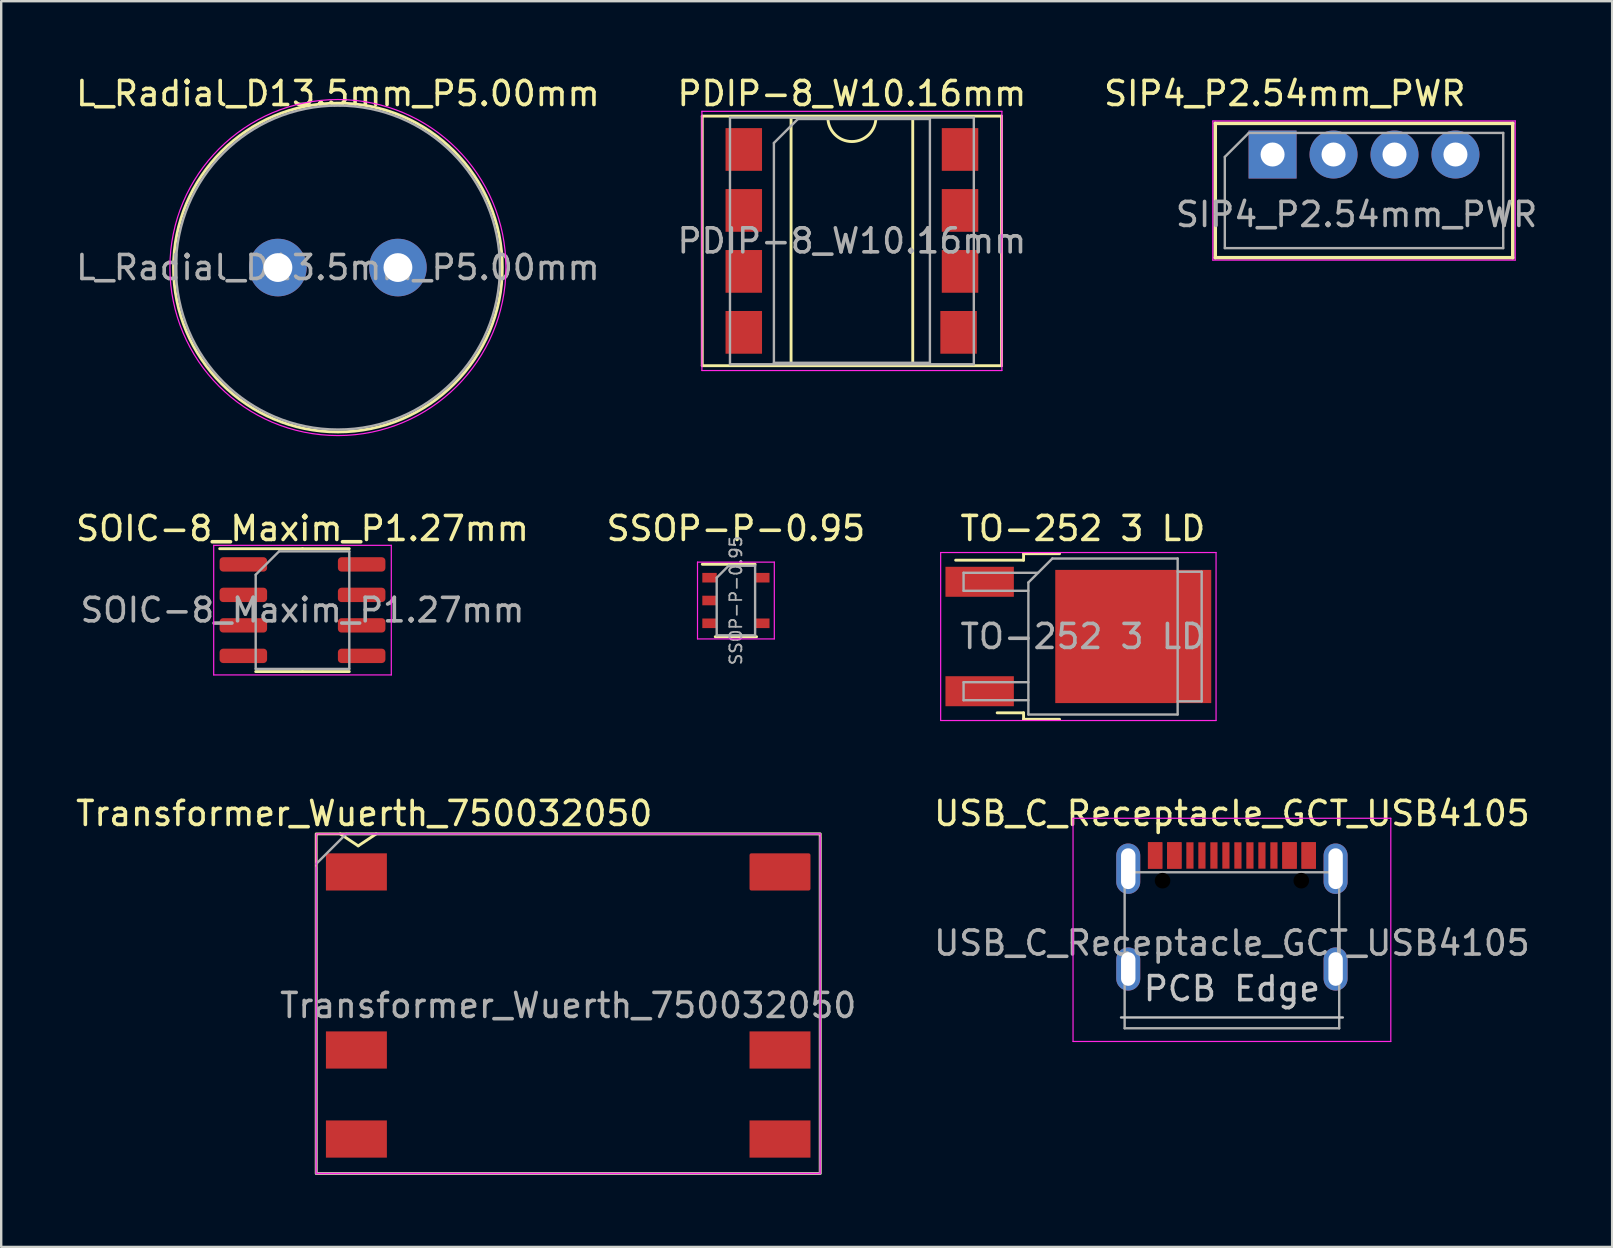
<source format=kicad_pcb>
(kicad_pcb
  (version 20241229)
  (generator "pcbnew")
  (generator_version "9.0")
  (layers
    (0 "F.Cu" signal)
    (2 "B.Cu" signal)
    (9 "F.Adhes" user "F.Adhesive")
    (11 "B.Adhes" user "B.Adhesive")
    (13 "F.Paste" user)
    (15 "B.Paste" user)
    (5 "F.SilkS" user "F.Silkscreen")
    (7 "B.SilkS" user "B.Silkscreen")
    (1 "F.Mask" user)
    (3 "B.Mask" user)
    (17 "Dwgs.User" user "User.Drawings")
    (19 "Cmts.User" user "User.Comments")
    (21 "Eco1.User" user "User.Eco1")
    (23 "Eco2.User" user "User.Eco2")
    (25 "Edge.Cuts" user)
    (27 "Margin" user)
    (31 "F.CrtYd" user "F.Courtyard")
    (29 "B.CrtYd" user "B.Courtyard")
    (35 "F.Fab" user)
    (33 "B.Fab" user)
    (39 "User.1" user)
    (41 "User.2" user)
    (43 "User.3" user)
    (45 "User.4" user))
  (footprint "TO-252 3 LD"
    (layer "F.Cu")
    (at 42.069 23.471)
    (property "Reference" "TO-252 3 LD" (at 0 -4.5 0) (layer "F.SilkS") (effects (font (size 1 1) (thickness 0.15))))
    (attr smd)
    (fp_line (start -2.47 -3.45) (end -2.47 -3.18) (stroke (width 0.12) (type solid)) (layer "F.SilkS"))
    (fp_line (start -2.47 -3.18) (end -5.3 -3.18) (stroke (width 0.12) (type solid)) (layer "F.SilkS"))
    (fp_line (start -2.47 3.18) (end -3.57 3.18) (stroke (width 0.12) (type solid)) (layer "F.SilkS"))
    (fp_line (start -2.47 3.45) (end -2.47 3.18) (stroke (width 0.12) (type solid)) (layer "F.SilkS"))
    (fp_line (start -0.97 -3.45) (end -2.47 -3.45) (stroke (width 0.12) (type solid)) (layer "F.SilkS"))
    (fp_line (start -0.97 3.45) (end -2.47 3.45) (stroke (width 0.12) (type solid)) (layer "F.SilkS"))
    (fp_line (start -5.925 -3.5) (end -5.925 3.5) (stroke (width 0.05) (type solid)) (layer "F.CrtYd"))
    (fp_line (start -5.925 3.5) (end 5.55 3.5) (stroke (width 0.05) (type solid)) (layer "F.CrtYd"))
    (fp_line (start 5.55 -3.5) (end -5.925 -3.5) (stroke (width 0.05) (type solid)) (layer "F.CrtYd"))
    (fp_line (start 5.55 3.5) (end 5.55 -3.5) (stroke (width 0.05) (type solid)) (layer "F.CrtYd"))
    (fp_line (start -4.97 -2.655) (end -4.97 -1.905) (stroke (width 0.1) (type solid)) (layer "F.Fab"))
    (fp_line (start -4.97 -1.905) (end -2.27 -1.905) (stroke (width 0.1) (type solid)) (layer "F.Fab"))
    (fp_line (start -4.97 1.905) (end -4.97 2.655) (stroke (width 0.1) (type solid)) (layer "F.Fab"))
    (fp_line (start -4.97 2.655) (end -2.27 2.655) (stroke (width 0.1) (type solid)) (layer "F.Fab"))
    (fp_line (start -2.27 -2.25) (end -1.27 -3.25) (stroke (width 0.1) (type solid)) (layer "F.Fab"))
    (fp_line (start -2.27 1.905) (end -4.97 1.905) (stroke (width 0.1) (type solid)) (layer "F.Fab"))
    (fp_line (start -2.27 3.25) (end -2.27 -2.25) (stroke (width 0.1) (type solid)) (layer "F.Fab"))
    (fp_line (start -1.865 -2.655) (end -4.97 -2.655) (stroke (width 0.1) (type solid)) (layer "F.Fab"))
    (fp_line (start -1.27 -3.25) (end 3.95 -3.25) (stroke (width 0.1) (type solid)) (layer "F.Fab"))
    (fp_line (start 3.95 -3.25) (end 3.95 3.25) (stroke (width 0.1) (type solid)) (layer "F.Fab"))
    (fp_line (start 3.95 -2.7) (end 4.95 -2.7) (stroke (width 0.1) (type solid)) (layer "F.Fab"))
    (fp_line (start 3.95 3.25) (end -2.27 3.25) (stroke (width 0.1) (type solid)) (layer "F.Fab"))
    (fp_line (start 4.95 -2.7) (end 4.95 2.7) (stroke (width 0.1) (type solid)) (layer "F.Fab"))
    (fp_line (start 4.95 2.7) (end 3.95 2.7) (stroke (width 0.1) (type solid)) (layer "F.Fab"))
    (fp_text user "${REFERENCE}" (at 0 0 0) (layer "F.Fab") (effects (font (size 1 1) (thickness 0.15))))
    (pad "" smd rect (at 0.4 -1.462) (size 3.1 2.625) (layers "F.Paste"))
    (pad "" smd rect (at 0.4 1.462) (size 3.1 2.625) (layers "F.Paste"))
    (pad "" smd rect (at 3.8 -1.462) (size 3.1 2.625) (layers "F.Paste"))
    (pad "" smd rect (at 3.8 1.462) (size 3.1 2.625) (layers "F.Paste"))
    (pad "1" smd rect (at -4.3 -2.28) (size 2.85 1.25) (layers "F.Cu" "F.Mask" "F.Paste"))
    (pad "2" smd rect (at 2.1 0) (size 6.5 5.55) (layers "F.Cu" "F.Mask"))
    (pad "3" smd rect (at -4.3 2.28) (size 2.85 1.25) (layers "F.Cu" "F.Mask" "F.Paste")))
  (footprint "SOIC-8_Maxim_P1.27mm"
    (layer "F.Cu")
    (at 9.554 22.372)
    (property "Reference" "SOIC-8_Maxim_P1.27mm" (at 0 -3.4 0) (layer "F.SilkS") (effects (font (size 1 1) (thickness 0.15))))
    (attr smd)
    (fp_line (start 0 -2.56) (end -3.45 -2.56) (stroke (width 0.12) (type solid)) (layer "F.SilkS"))
    (fp_line (start 0 -2.56) (end 1.95 -2.56) (stroke (width 0.12) (type solid)) (layer "F.SilkS"))
    (fp_line (start 0 2.56) (end -1.95 2.56) (stroke (width 0.12) (type solid)) (layer "F.SilkS"))
    (fp_line (start 0 2.56) (end 1.95 2.56) (stroke (width 0.12) (type solid)) (layer "F.SilkS"))
    (fp_line (start -3.7 -2.7) (end -3.7 2.7) (stroke (width 0.05) (type solid)) (layer "F.CrtYd"))
    (fp_line (start -3.7 2.7) (end 3.7 2.7) (stroke (width 0.05) (type solid)) (layer "F.CrtYd"))
    (fp_line (start 3.7 -2.7) (end -3.7 -2.7) (stroke (width 0.05) (type solid)) (layer "F.CrtYd"))
    (fp_line (start 3.7 2.7) (end 3.7 -2.7) (stroke (width 0.05) (type solid)) (layer "F.CrtYd"))
    (fp_line (start -1.95 -1.475) (end -0.975 -2.45) (stroke (width 0.1) (type solid)) (layer "F.Fab"))
    (fp_line (start -1.95 2.45) (end -1.95 -1.475) (stroke (width 0.1) (type solid)) (layer "F.Fab"))
    (fp_line (start -0.975 -2.45) (end 1.95 -2.45) (stroke (width 0.1) (type solid)) (layer "F.Fab"))
    (fp_line (start 1.95 -2.45) (end 1.95 2.45) (stroke (width 0.1) (type solid)) (layer "F.Fab"))
    (fp_line (start 1.95 2.45) (end -1.95 2.45) (stroke (width 0.1) (type solid)) (layer "F.Fab"))
    (fp_text user "${REFERENCE}" (at 0 0 0) (layer "F.Fab") (effects (font (size 0.98 0.98) (thickness 0.15))))
    (pad "1" smd roundrect (at -2.465 -1.905) (size 1.98 0.6) (layers "F.Cu" "F.Mask" "F.Paste") (roundrect_rratio 0.25))
    (pad "2" smd roundrect (at -2.465 -0.635) (size 1.98 0.6) (layers "F.Cu" "F.Mask" "F.Paste") (roundrect_rratio 0.25))
    (pad "3" smd roundrect (at -2.465 0.635) (size 1.98 0.6) (layers "F.Cu" "F.Mask" "F.Paste") (roundrect_rratio 0.25))
    (pad "4" smd roundrect (at -2.465 1.905) (size 1.98 0.6) (layers "F.Cu" "F.Mask" "F.Paste") (roundrect_rratio 0.25))
    (pad "5" smd roundrect (at 2.465 1.905) (size 1.98 0.6) (layers "F.Cu" "F.Mask" "F.Paste") (roundrect_rratio 0.25))
    (pad "6" smd roundrect (at 2.465 0.635) (size 1.98 0.6) (layers "F.Cu" "F.Mask" "F.Paste") (roundrect_rratio 0.25))
    (pad "7" smd roundrect (at 2.465 -0.635) (size 1.98 0.6) (layers "F.Cu" "F.Mask" "F.Paste") (roundrect_rratio 0.25))
    (pad "8" smd roundrect (at 2.465 -1.905) (size 1.98 0.6) (layers "F.Cu" "F.Mask" "F.Paste") (roundrect_rratio 0.25)))
  (footprint "PDIP-8_W10.16mm"
    (layer "F.Cu")
    (at 32.446 6.988)
    (property "Reference" "PDIP-8_W10.16mm" (at 0 -6.14 0) (layer "F.SilkS") (effects (font (size 1 1) (thickness 0.15))))
    (attr smd)
    (fp_line (start -6.235 -5.2) (end -6.235 5.2) (stroke (width 0.12) (type solid)) (layer "F.SilkS"))
    (fp_line (start -6.235 5.2) (end 6.235 5.2) (stroke (width 0.12) (type solid)) (layer "F.SilkS"))
    (fp_line (start -2.535 -5.14) (end -2.535 5.14) (stroke (width 0.12) (type solid)) (layer "F.SilkS"))
    (fp_line (start -2.535 5.14) (end 2.535 5.14) (stroke (width 0.12) (type solid)) (layer "F.SilkS"))
    (fp_line (start -1 -5.14) (end -2.535 -5.14) (stroke (width 0.12) (type solid)) (layer "F.SilkS"))
    (fp_line (start 2.535 -5.14) (end 1 -5.14) (stroke (width 0.12) (type solid)) (layer "F.SilkS"))
    (fp_line (start 2.535 5.14) (end 2.535 -5.14) (stroke (width 0.12) (type solid)) (layer "F.SilkS"))
    (fp_line (start 6.235 -5.2) (end -6.235 -5.2) (stroke (width 0.12) (type solid)) (layer "F.SilkS"))
    (fp_line (start 6.235 5.2) (end 6.235 -5.2) (stroke (width 0.12) (type solid)) (layer "F.SilkS"))
    (fp_arc (start 1 -5.14) (mid 0 -4.14) (end -1 -5.14) (stroke (width 0.12) (type solid)) (layer "F.SilkS"))
    (fp_line (start -6.25 -5.4) (end -6.25 5.4) (stroke (width 0.05) (type solid)) (layer "F.CrtYd"))
    (fp_line (start -6.25 5.4) (end 6.25 5.4) (stroke (width 0.05) (type solid)) (layer "F.CrtYd"))
    (fp_line (start 6.25 -5.4) (end -6.25 -5.4) (stroke (width 0.05) (type solid)) (layer "F.CrtYd"))
    (fp_line (start 6.25 5.4) (end 6.25 -5.4) (stroke (width 0.05) (type solid)) (layer "F.CrtYd"))
    (fp_line (start -5.08 -5.14) (end -5.08 5.14) (stroke (width 0.1) (type solid)) (layer "F.Fab"))
    (fp_line (start -5.08 5.14) (end 5.08 5.14) (stroke (width 0.1) (type solid)) (layer "F.Fab"))
    (fp_line (start -3.25 -4.08) (end -2.25 -5.08) (stroke (width 0.1) (type solid)) (layer "F.Fab"))
    (fp_line (start -3.25 5.08) (end -3.25 -4.08) (stroke (width 0.1) (type solid)) (layer "F.Fab"))
    (fp_line (start -2.25 -5.08) (end 3.25 -5.08) (stroke (width 0.1) (type solid)) (layer "F.Fab"))
    (fp_line (start 3.25 -5.08) (end 3.25 5.08) (stroke (width 0.1) (type solid)) (layer "F.Fab"))
    (fp_line (start 3.25 5.08) (end -3.25 5.08) (stroke (width 0.1) (type solid)) (layer "F.Fab"))
    (fp_line (start 5.08 -5.14) (end -5.08 -5.14) (stroke (width 0.1) (type solid)) (layer "F.Fab"))
    (fp_line (start 5.08 5.14) (end 5.08 -5.14) (stroke (width 0.1) (type solid)) (layer "F.Fab"))
    (fp_text user "${REFERENCE}" (at 0 0 0) (layer "F.Fab") (effects (font (size 1 1) (thickness 0.15))))
    (pad "1" smd rect (at -4.505 -3.81) (size 1.52 1.78) (layers "F.Cu" "F.Mask" "F.Paste"))
    (pad "2" smd rect (at -4.505 -1.27) (size 1.52 1.78) (layers "F.Cu" "F.Mask" "F.Paste"))
    (pad "3" smd rect (at -4.505 1.27) (size 1.52 1.78) (layers "F.Cu" "F.Mask" "F.Paste"))
    (pad "4" smd rect (at -4.505 3.81) (size 1.52 1.78) (layers "F.Cu" "F.Mask" "F.Paste"))
    (pad "5" smd rect (at 4.445 3.81) (size 1.52 1.78) (layers "F.Cu" "F.Mask" "F.Paste"))
    (pad "6" smd rect (at 4.505 1.27) (size 1.52 1.78) (layers "F.Cu" "F.Mask" "F.Paste"))
    (pad "7" smd rect (at 4.505 -1.27) (size 1.52 1.78) (layers "F.Cu" "F.Mask" "F.Paste"))
    (pad "8" smd rect (at 4.505 -3.81) (size 1.52 1.78) (layers "F.Cu" "F.Mask" "F.Paste")))
  (footprint "SIP4_P2.54mm_PWR"
    (layer "F.Cu")
    (at 49.974 3.388)
    (property "Reference" "SIP4_P2.54mm_PWR" (at 0.508 -2.54 0) (layer "F.SilkS") (effects (font (size 1 1) (thickness 0.15))))
    (attr through_hole)
    (fp_line (start -2.39 -1.3) (end 10.01 -1.3) (stroke (width 0.15) (type solid)) (layer "F.SilkS"))
    (fp_line (start -2.39 4.3) (end -2.39 -1.3) (stroke (width 0.15) (type solid)) (layer "F.SilkS"))
    (fp_line (start 10.01 -1.3) (end 10.01 4.3) (stroke (width 0.15) (type solid)) (layer "F.SilkS"))
    (fp_line (start 10.01 4.3) (end -2.39 4.3) (stroke (width 0.15) (type solid)) (layer "F.SilkS"))
    (fp_line (start -2.49 -1.4) (end 10.11 -1.4) (stroke (width 0.05) (type solid)) (layer "F.CrtYd"))
    (fp_line (start -2.49 4.4) (end -2.49 -1.39) (stroke (width 0.05) (type solid)) (layer "F.CrtYd"))
    (fp_line (start 10.11 -1.4) (end 10.11 4.4) (stroke (width 0.05) (type solid)) (layer "F.CrtYd"))
    (fp_line (start 10.11 4.4) (end -2.49 4.4) (stroke (width 0.05) (type solid)) (layer "F.CrtYd"))
    (fp_line (start -1.99 0.1) (end -1.99 3.9) (stroke (width 0.1) (type solid)) (layer "F.Fab"))
    (fp_line (start -1.99 3.9) (end 9.61 3.9) (stroke (width 0.1) (type solid)) (layer "F.Fab"))
    (fp_line (start -0.99 -0.9) (end -1.99 0.1) (stroke (width 0.1) (type solid)) (layer "F.Fab"))
    (fp_line (start 9.61 -0.9) (end -0.99 -0.9) (stroke (width 0.1) (type solid)) (layer "F.Fab"))
    (fp_line (start 9.61 3.9) (end 9.61 -0.9) (stroke (width 0.1) (type solid)) (layer "F.Fab"))
    (fp_text user "${REFERENCE}" (at 3.5 2.5 0) (layer "F.Fab") (effects (font (size 1 1) (thickness 0.15))))
    (pad "1" thru_hole rect (at 0 0) (size 2 2) (drill 1) (layers "*.Cu" "*.Mask"))
    (pad "2" thru_hole circle (at 2.54 0) (size 2 2) (drill 1) (layers "*.Cu" "*.Mask"))
    (pad "3" thru_hole circle (at 5.08 0) (size 2 2) (drill 1) (layers "*.Cu" "*.Mask"))
    (pad "4" thru_hole circle (at 7.62 0) (size 2 2) (drill 1) (layers "*.Cu" "*.Mask")))
  (footprint "Transformer_Wuerth_750032050"
    (layer "F.Cu")
    (at 20.625 38.845)
    (property "Reference" "Transformer_Wuerth_750032050" (at -8.5 -8 0) (layer "F.SilkS") (effects (font (size 1 1) (thickness 0.15))))
    (attr smd)
    (fp_line (start -8.75 -6.65) (end -9.5 -7.15) (stroke (width 0.12) (type solid)) (layer "F.SilkS"))
    (fp_line (start -8 -7.15) (end -8.75 -6.65) (stroke (width 0.12) (type solid)) (layer "F.SilkS"))
    (fp_rect (start -10.5 -7.15) (end 10.5 7) (stroke (width 0.12) (type solid)) (fill no) (layer "F.SilkS"))
    (fp_rect (start -10.5 -7.15) (end 10.5 7) (stroke (width 0.05) (type solid)) (fill no) (layer "F.CrtYd"))
    (fp_line (start -10.5 -5.9) (end -9.25 -7.15) (stroke (width 0.1) (type solid)) (layer "F.Fab"))
    (fp_line (start -10.5 7) (end -10.5 -5.75) (stroke (width 0.1) (type solid)) (layer "F.Fab"))
    (fp_line (start -9.25 -7.15) (end 10.5 -7.15) (stroke (width 0.1) (type solid)) (layer "F.Fab"))
    (fp_line (start 10.5 -7) (end 10.5 7) (stroke (width 0.1) (type solid)) (layer "F.Fab"))
    (fp_line (start 10.5 7) (end -10.5 7) (stroke (width 0.1) (type solid)) (layer "F.Fab"))
    (fp_text user "${REFERENCE}" (at 0 0 0) (layer "F.Fab") (effects (font (size 1 1) (thickness 0.15))))
    (pad "1" smd rect (at -8.825 -5.565) (size 2.54 1.55) (layers "F.Cu" "F.Mask" "F.Paste"))
    (pad "3" smd rect (at -8.825 1.855) (size 2.54 1.55) (layers "F.Cu" "F.Mask" "F.Paste"))
    (pad "4" smd rect (at -8.825 5.565) (size 2.54 1.55) (layers "F.Cu" "F.Mask" "F.Paste"))
    (pad "5" smd rect (at 8.825 5.565) (size 2.54 1.55) (layers "F.Cu" "F.Mask" "F.Paste"))
    (pad "6" smd rect (at 8.825 1.855) (size 2.54 1.55) (layers "F.Cu" "F.Mask" "F.Paste"))
    (pad "8" smd roundrect (at 8.825 -5.565) (size 2.54 1.55) (layers "F.Cu" "F.Mask" "F.Paste") (roundrect_rratio 0.05)))
  (footprint "USB_C_Receptacle_GCT_USB4105"
    (layer "F.Cu")
    (at 48.28 39.345)
    (property "Reference" "USB_C_Receptacle_GCT_USB4105" (at 0 -8.5 0) (layer "F.SilkS") (effects (font (size 1 1) (thickness 0.15))))
    (attr smd)
    (fp_line (start -4.62 0) (end 4.62 0) (stroke (width 0.1) (type solid)) (layer "Dwgs.User"))
    (fp_line (start -6.62 -8.3) (end -6.62 1) (stroke (width 0.05) (type solid)) (layer "F.CrtYd"))
    (fp_line (start -6.62 1) (end 6.62 1) (stroke (width 0.05) (type solid)) (layer "F.CrtYd"))
    (fp_line (start 6.62 -8.3) (end -6.62 -8.3) (stroke (width 0.05) (type solid)) (layer "F.CrtYd"))
    (fp_line (start 6.62 1) (end 6.62 -8.3) (stroke (width 0.05) (type solid)) (layer "F.CrtYd"))
    (fp_line (start -4.47 -6.05) (end -4.47 0.45) (stroke (width 0.1) (type solid)) (layer "F.Fab"))
    (fp_line (start -4.47 -6.05) (end 4.47 -6.05) (stroke (width 0.1) (type solid)) (layer "F.Fab"))
    (fp_line (start 4.47 -6.05) (end 4.47 0.45) (stroke (width 0.1) (type solid)) (layer "F.Fab"))
    (fp_line (start 4.47 0.45) (end -4.47 0.45) (stroke (width 0.1) (type solid)) (layer "F.Fab"))
    (fp_text user "PCB Edge" (at 0 -1.2 0) (layer "Dwgs.User") (effects (font (size 1 1) (thickness 0.15))))
    (fp_text user "${REFERENCE}" (at 0 -3.1 0) (layer "F.Fab") (effects (font (size 1 1) (thickness 0.15))))
    (pad "" np_thru_hole circle (at -2.89 -5.7 90) (size 0.65 0.65) (drill oval 0.65) (layers "*.Mask"))
    (pad "" np_thru_hole circle (at 2.89 -5.7 90) (size 0.65 0.65) (drill oval 0.65) (layers "*.Mask"))
    (pad "A1" smd rect (at -3.2 -6.75) (size 0.6 1.1) (layers "F.Cu" "F.Mask" "F.Paste"))
    (pad "A4" smd rect (at -2.4 -6.75) (size 0.6 1.1) (layers "F.Cu" "F.Mask" "F.Paste"))
    (pad "A5" smd rect (at -1.25 -6.75 180) (size 0.3 1.1) (layers "F.Cu" "F.Mask" "F.Paste"))
    (pad "A6" smd rect (at -0.25 -6.75 180) (size 0.3 1.1) (layers "F.Cu" "F.Mask" "F.Paste"))
    (pad "A7" smd rect (at 0.25 -6.75 180) (size 0.3 1.1) (layers "F.Cu" "F.Mask" "F.Paste"))
    (pad "A8" smd rect (at 1.25 -6.75 180) (size 0.3 1.1) (layers "F.Cu" "F.Mask" "F.Paste"))
    (pad "A9" smd rect (at 2.4 -6.75) (size 0.6 1.1) (layers "F.Cu" "F.Mask" "F.Paste"))
    (pad "A12" smd rect (at 3.2 -6.75) (size 0.6 1.1) (layers "F.Cu" "F.Mask" "F.Paste"))
    (pad "B1" smd rect (at 3.2 -6.75) (size 0.6 1.1) (layers "F.Cu" "F.Mask" "F.Paste"))
    (pad "B4" smd rect (at 2.4 -6.75) (size 0.6 1.1) (layers "F.Cu" "F.Mask" "F.Paste"))
    (pad "B5" smd rect (at 1.75 -6.75 180) (size 0.3 1.1) (layers "F.Cu" "F.Mask" "F.Paste"))
    (pad "B6" smd rect (at 0.75 -6.75 180) (size 0.3 1.1) (layers "F.Cu" "F.Mask" "F.Paste"))
    (pad "B7" smd rect (at -0.75 -6.75 180) (size 0.3 1.1) (layers "F.Cu" "F.Mask" "F.Paste"))
    (pad "B8" smd rect (at -1.75 -6.75 180) (size 0.3 1.1) (layers "F.Cu" "F.Mask" "F.Paste"))
    (pad "B9" smd rect (at -2.4 -6.75) (size 0.6 1.1) (layers "F.Cu" "F.Mask" "F.Paste"))
    (pad "B12" smd rect (at -3.2 -6.75) (size 0.6 1.1) (layers "F.Cu" "F.Mask" "F.Paste"))
    (pad "S1" thru_hole oval (at -4.32 -6.2 90) (size 2.1 1) (drill oval 1.7 0.6) (layers "*.Cu" "*.Mask"))
    (pad "S1" thru_hole oval (at -4.32 -2.02 90) (size 1.8 1) (drill oval 1.4 0.6) (layers "*.Cu" "*.Mask"))
    (pad "S1" thru_hole oval (at 4.32 -6.2 90) (size 2.1 1) (drill oval 1.7 0.6) (layers "*.Cu" "*.Mask"))
    (pad "S1" thru_hole oval (at 4.32 -2.02 90) (size 1.8 1) (drill oval 1.4 0.6) (layers "*.Cu" "*.Mask")))
  (footprint "SSOP-P-0.95"
    (layer "F.Cu")
    (at 27.613 21.971)
    (property "Reference" "SSOP-P-0.95" (at 0 -3 0) (layer "F.SilkS") (effects (font (size 1 1) (thickness 0.15))))
    (attr smd)
    (fp_line (start -0.86 1.51) (end 0.86 1.51) (stroke (width 0.12) (type solid)) (layer "F.SilkS"))
    (fp_line (start 0.8 -1.51) (end -1.4 -1.51) (stroke (width 0.12) (type solid)) (layer "F.SilkS"))
    (fp_line (start -1.6 -1.6) (end -1.6 1.6) (stroke (width 0.05) (type solid)) (layer "F.CrtYd"))
    (fp_line (start -1.6 -1.6) (end 1.6 -1.6) (stroke (width 0.05) (type solid)) (layer "F.CrtYd"))
    (fp_line (start -1.6 1.6) (end 1.6 1.6) (stroke (width 0.05) (type solid)) (layer "F.CrtYd"))
    (fp_line (start 1.6 1.6) (end 1.6 -1.6) (stroke (width 0.05) (type solid)) (layer "F.CrtYd"))
    (fp_line (start -0.8 -0.95) (end -0.8 1.45) (stroke (width 0.1) (type solid)) (layer "F.Fab"))
    (fp_line (start -0.3 -1.45) (end -0.8 -0.95) (stroke (width 0.1) (type solid)) (layer "F.Fab"))
    (fp_line (start 0.8 -1.45) (end -0.3 -1.45) (stroke (width 0.1) (type solid)) (layer "F.Fab"))
    (fp_line (start 0.8 -1.45) (end 0.8 1.45) (stroke (width 0.1) (type solid)) (layer "F.Fab"))
    (fp_line (start 0.8 1.45) (end -0.8 1.45) (stroke (width 0.1) (type solid)) (layer "F.Fab"))
    (fp_text user "${REFERENCE}" (at 0 0 90) (layer "F.Fab") (effects (font (size 0.5 0.5) (thickness 0.075))))
    (pad "1" smd rect (at -1.1 -0.95) (size 0.6 0.4) (layers "F.Cu" "F.Mask" "F.Paste"))
    (pad "2" smd rect (at -1.1 0) (size 0.6 0.4) (layers "F.Cu" "F.Mask" "F.Paste"))
    (pad "3" smd rect (at -1.1 0.95) (size 0.6 0.4) (layers "F.Cu" "F.Mask" "F.Paste"))
    (pad "4" smd rect (at 1.1 0.95) (size 0.6 0.4) (layers "F.Cu" "F.Mask" "F.Paste"))
    (pad "5" smd rect (at 1.1 -0.95) (size 0.6 0.4) (layers "F.Cu" "F.Mask" "F.Paste")))
  (footprint "L_Radial_D13.5mm_P5.00mm"
    (layer "F.Cu")
    (at 8.53 8.098)
    (property "Reference" "L_Radial_D13.5mm_P5.00mm" (at 2.5 -7.25 0) (layer "F.SilkS") (effects (font (size 1 1) (thickness 0.15))))
    (attr through_hole)
    (fp_circle (center 2.5 0) (end 9.35 0) (stroke (width 0.12) (type solid)) (fill no) (layer "F.SilkS"))
    (fp_circle (center 2.5 0) (end 9.5 0) (stroke (width 0.05) (type solid)) (fill no) (layer "F.CrtYd"))
    (fp_circle (center 2.5 0) (end 9.25 0) (stroke (width 0.1) (type solid)) (fill no) (layer "F.Fab"))
    (fp_text user "${REFERENCE}" (at 2.5 0 0) (layer "F.Fab") (effects (font (size 1 1) (thickness 0.15))))
    (pad "1" thru_hole circle (at 0 0) (size 2.4 2.4) (drill 1.2) (layers "*.Cu" "*.Mask"))
    (pad "2" thru_hole circle (at 5 0) (size 2.4 2.4) (drill 1.2) (layers "*.Cu" "*.Mask")))
  (gr_rect
    (start -3 -3)
    (end 64.123 48.905)
    (stroke (width 0.1) (type default))
    (fill no)
    (layer "Edge.Cuts")))
</source>
